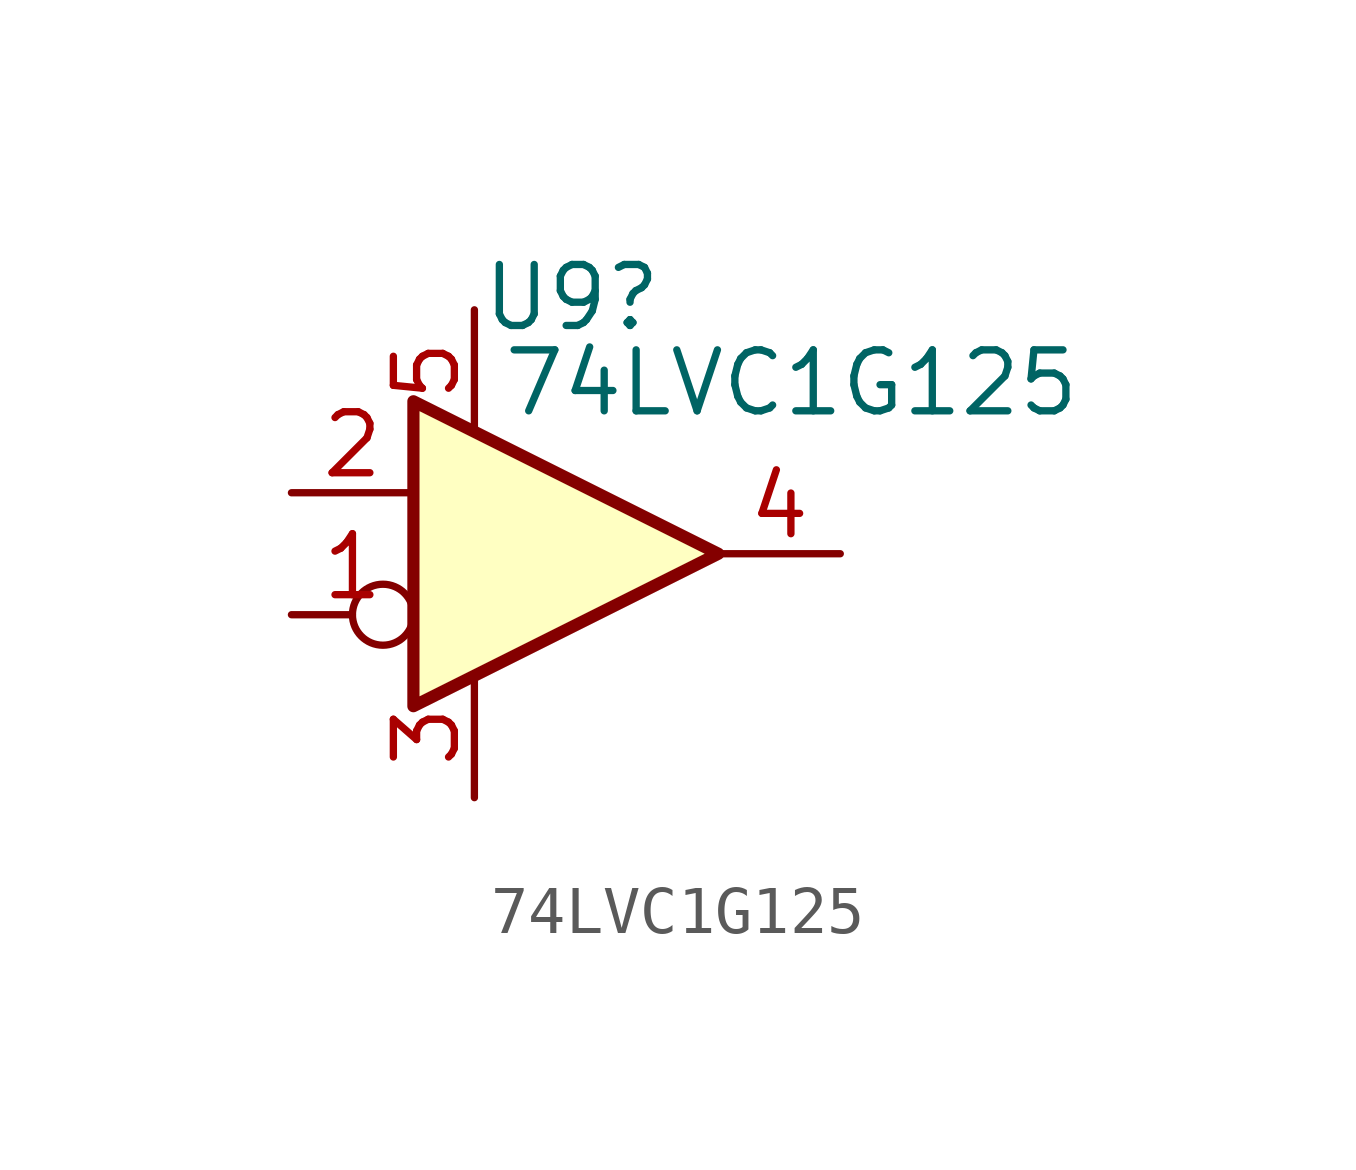
<source format=kicad_sym>
(kicad_symbol_lib
  (version 20231120)
  (generator "kicad_symbol_editor")
  (generator_version "8.0")
  (symbol "74LVC1G125"
    (property "Reference" "U9"
      (at 2.032 5.334 0)
      (effects (font (size 1.27 1.27))))
    (property "Value" "74LVC1G125"
      (at 6.604 3.556 0)
      (effects (font (size 1.27 1.27))))
    (symbol "74LVC1G125_0_1"
      (polyline (pts (xy -1.27 3.175) (xy -1.27 -3.175) (xy 5.08 0) (xy -1.27 3.175)) (stroke (width 0.254) (type default)) (fill (type background))))
    (symbol "74LVC1G125_1_1"
      (pin input inverted (at -3.81 -1.27 0) (length 2.54) (name "~" (effects (font (size 1.27 1.27)))) (number "1" (effects (font (size 1.27 1.27)))))
      (pin input line (at -3.81 1.27 0) (length 2.54) (name "~" (effects (font (size 1.27 1.27)))) (number "2" (effects (font (size 1.27 1.27)))))
      (pin power_in line (at 0 -5.08 90) (length 2.54) (name "GND" (effects (font (size 0 0)))) (number "3" (effects (font (size 1.27 1.27)))))
      (pin tri_state line (at 7.62 0 180) (length 2.54) (name "~" (effects (font (size 1.27 1.27)))) (number "4" (effects (font (size 1.27 1.27)))))
      (pin power_in line (at 0 5.08 270) (length 2.54) (name "VCC" (effects (font (size 0 0)))) (number "5" (effects (font (size 1.27 1.27))))))))
</source>
